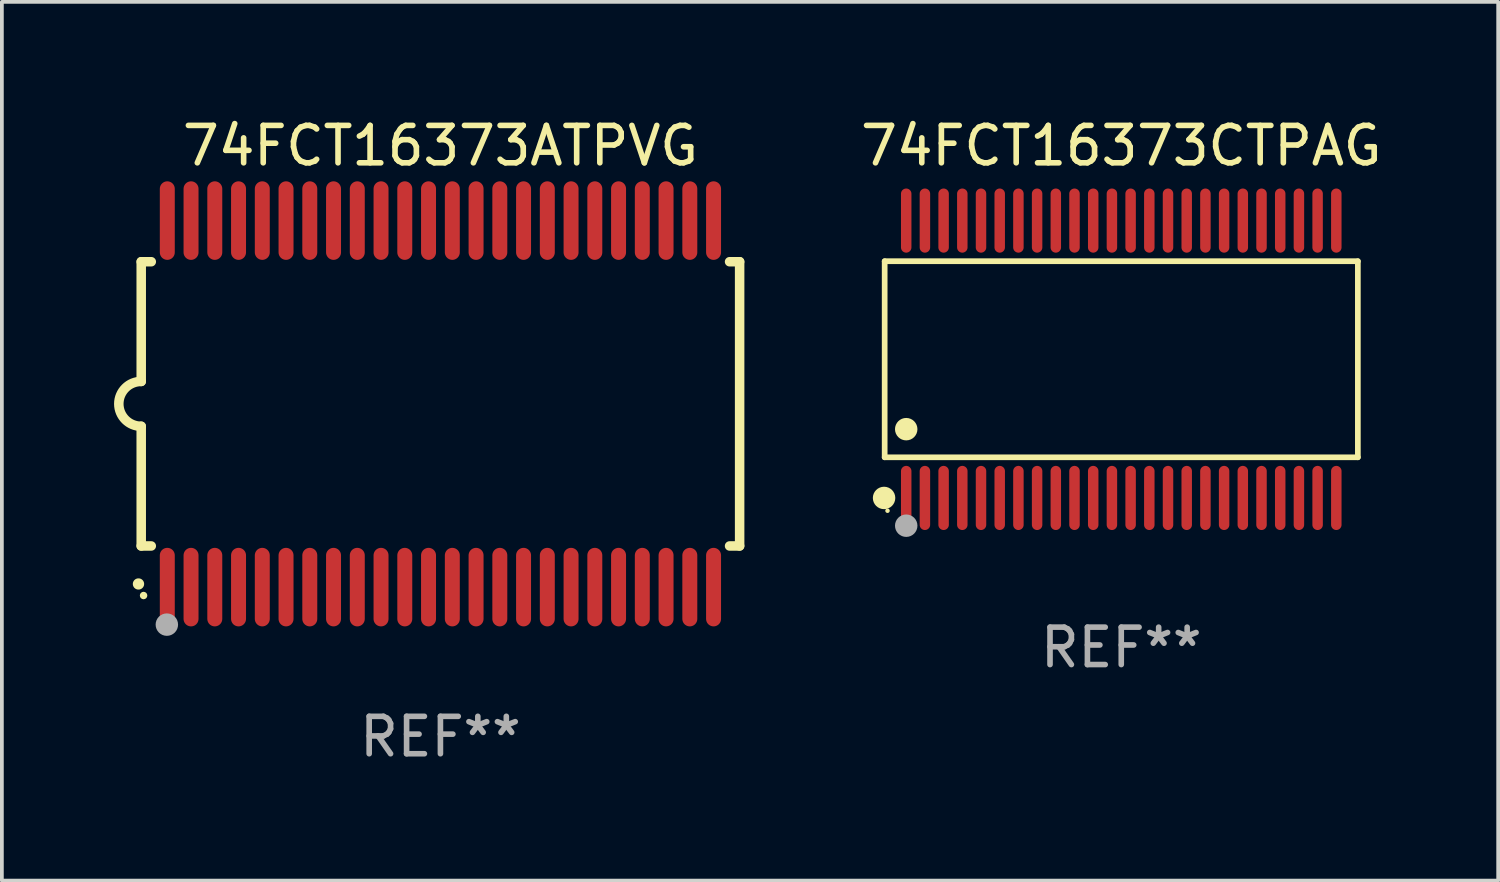
<source format=kicad_pcb>
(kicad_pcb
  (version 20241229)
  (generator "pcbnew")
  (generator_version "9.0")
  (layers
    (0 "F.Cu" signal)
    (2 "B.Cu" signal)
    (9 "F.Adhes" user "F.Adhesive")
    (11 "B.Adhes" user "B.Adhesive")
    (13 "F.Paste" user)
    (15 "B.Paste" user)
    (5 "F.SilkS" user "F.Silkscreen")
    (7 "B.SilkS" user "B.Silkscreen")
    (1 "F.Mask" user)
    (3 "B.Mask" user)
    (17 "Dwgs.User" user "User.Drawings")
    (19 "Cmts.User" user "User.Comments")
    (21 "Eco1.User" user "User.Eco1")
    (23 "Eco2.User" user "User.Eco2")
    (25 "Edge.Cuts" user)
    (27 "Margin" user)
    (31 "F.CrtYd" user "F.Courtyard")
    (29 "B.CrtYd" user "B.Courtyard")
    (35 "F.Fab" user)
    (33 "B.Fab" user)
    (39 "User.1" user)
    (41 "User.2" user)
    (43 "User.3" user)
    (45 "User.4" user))
  (footprint "74FCT16373ATPVG"
    (layer "F.Cu")
    (at 8.726 7.748)
    (property "Reference" "74FCT16373ATPVG" (at 0 -6.9 0) (layer "F.SilkS") (effects (font (size 1 1) (thickness 0.15))))
    (attr through_hole)
    (fp_line (start -8 -3.8) (end -8 -0.599) (stroke (width 0.254) (type solid)) (layer "F.SilkS"))
    (fp_line (start -8 -3.8) (end -7.731 -3.8) (stroke (width 0.254) (type solid)) (layer "F.SilkS"))
    (fp_line (start -8 3.8) (end -8 0.599) (stroke (width 0.254) (type solid)) (layer "F.SilkS"))
    (fp_line (start -7.731 3.8) (end -8 3.8) (stroke (width 0.254) (type solid)) (layer "F.SilkS"))
    (fp_line (start 7.731 -3.8) (end 8 -3.8) (stroke (width 0.254) (type solid)) (layer "F.SilkS"))
    (fp_line (start 8 -3.8) (end 8 3.8) (stroke (width 0.254) (type solid)) (layer "F.SilkS"))
    (fp_line (start 8 3.8) (end 7.731 3.8) (stroke (width 0.254) (type solid)) (layer "F.SilkS"))
    (fp_arc (start -8.074676 4.81585) (mid -8.073406 4.815845) (end -8.072136 4.81585) (stroke (width 0.3) (type solid)) (layer "F.SilkS"))
    (fp_arc (start -8.000025 0.6) (mid -8.598908 0.00056) (end -8.000027 -0.598882) (stroke (width 0.254001) (type solid)) (layer "F.SilkS"))
    (fp_circle (center -7.937 5.125) (end -7.887 5.125) (stroke (width 0.1) (type solid)) (fill no) (layer "F.SilkS"))
    (fp_circle (center -7.315 5.903) (end -7.165 5.903) (stroke (width 0.3) (type solid)) (fill no) (layer "F.Fab"))
    (fp_text user "REF**" (at 0 8.9 0) (layer "F.Fab") (effects (font (size 1 1) (thickness 0.15))))
    (pad "1" smd oval (at -7.303 4.9) (size 0.4 2.1) (layers "F.Cu" "F.Mask" "F.Paste"))
    (pad "2" smd oval (at -6.668 4.9) (size 0.4 2.1) (layers "F.Cu" "F.Mask" "F.Paste"))
    (pad "3" smd oval (at -6.033 4.9) (size 0.4 2.1) (layers "F.Cu" "F.Mask" "F.Paste"))
    (pad "4" smd oval (at -5.398 4.9) (size 0.4 2.1) (layers "F.Cu" "F.Mask" "F.Paste"))
    (pad "5" smd oval (at -4.763 4.9) (size 0.4 2.1) (layers "F.Cu" "F.Mask" "F.Paste"))
    (pad "6" smd oval (at -4.128 4.9) (size 0.4 2.1) (layers "F.Cu" "F.Mask" "F.Paste"))
    (pad "7" smd oval (at -3.493 4.9) (size 0.4 2.1) (layers "F.Cu" "F.Mask" "F.Paste"))
    (pad "8" smd oval (at -2.858 4.9) (size 0.4 2.1) (layers "F.Cu" "F.Mask" "F.Paste"))
    (pad "9" smd oval (at -2.223 4.9) (size 0.4 2.1) (layers "F.Cu" "F.Mask" "F.Paste"))
    (pad "10" smd oval (at -1.588 4.9) (size 0.4 2.1) (layers "F.Cu" "F.Mask" "F.Paste"))
    (pad "11" smd oval (at -0.953 4.9) (size 0.4 2.1) (layers "F.Cu" "F.Mask" "F.Paste"))
    (pad "12" smd oval (at -0.318 4.9) (size 0.4 2.1) (layers "F.Cu" "F.Mask" "F.Paste"))
    (pad "13" smd oval (at 0.318 4.9) (size 0.4 2.1) (layers "F.Cu" "F.Mask" "F.Paste"))
    (pad "14" smd oval (at 0.953 4.9) (size 0.4 2.1) (layers "F.Cu" "F.Mask" "F.Paste"))
    (pad "15" smd oval (at 1.588 4.9) (size 0.4 2.1) (layers "F.Cu" "F.Mask" "F.Paste"))
    (pad "16" smd oval (at 2.223 4.9) (size 0.4 2.1) (layers "F.Cu" "F.Mask" "F.Paste"))
    (pad "17" smd oval (at 2.858 4.9) (size 0.4 2.1) (layers "F.Cu" "F.Mask" "F.Paste"))
    (pad "18" smd oval (at 3.493 4.9) (size 0.4 2.1) (layers "F.Cu" "F.Mask" "F.Paste"))
    (pad "19" smd oval (at 4.128 4.9) (size 0.4 2.1) (layers "F.Cu" "F.Mask" "F.Paste"))
    (pad "20" smd oval (at 4.763 4.9) (size 0.4 2.1) (layers "F.Cu" "F.Mask" "F.Paste"))
    (pad "21" smd oval (at 5.398 4.9) (size 0.4 2.1) (layers "F.Cu" "F.Mask" "F.Paste"))
    (pad "22" smd oval (at 6.033 4.9) (size 0.4 2.1) (layers "F.Cu" "F.Mask" "F.Paste"))
    (pad "23" smd oval (at 6.668 4.9) (size 0.4 2.1) (layers "F.Cu" "F.Mask" "F.Paste"))
    (pad "24" smd oval (at 7.303 4.9) (size 0.4 2.1) (layers "F.Cu" "F.Mask" "F.Paste"))
    (pad "25" smd oval (at 7.303 -4.9 180) (size 0.4 2.1) (layers "F.Cu" "F.Mask" "F.Paste"))
    (pad "26" smd oval (at 6.668 -4.9 180) (size 0.4 2.1) (layers "F.Cu" "F.Mask" "F.Paste"))
    (pad "27" smd oval (at 6.033 -4.9 180) (size 0.4 2.1) (layers "F.Cu" "F.Mask" "F.Paste"))
    (pad "28" smd oval (at 5.398 -4.9 180) (size 0.4 2.1) (layers "F.Cu" "F.Mask" "F.Paste"))
    (pad "29" smd oval (at 4.763 -4.9 180) (size 0.4 2.1) (layers "F.Cu" "F.Mask" "F.Paste"))
    (pad "30" smd oval (at 4.128 -4.9 180) (size 0.4 2.1) (layers "F.Cu" "F.Mask" "F.Paste"))
    (pad "31" smd oval (at 3.493 -4.9 180) (size 0.4 2.1) (layers "F.Cu" "F.Mask" "F.Paste"))
    (pad "32" smd oval (at 2.858 -4.9 180) (size 0.4 2.1) (layers "F.Cu" "F.Mask" "F.Paste"))
    (pad "33" smd oval (at 2.223 -4.9 180) (size 0.4 2.1) (layers "F.Cu" "F.Mask" "F.Paste"))
    (pad "34" smd oval (at 1.588 -4.9 180) (size 0.4 2.1) (layers "F.Cu" "F.Mask" "F.Paste"))
    (pad "35" smd oval (at 0.953 -4.9 180) (size 0.4 2.1) (layers "F.Cu" "F.Mask" "F.Paste"))
    (pad "36" smd oval (at 0.318 -4.9 180) (size 0.4 2.1) (layers "F.Cu" "F.Mask" "F.Paste"))
    (pad "37" smd oval (at -0.318 -4.9 180) (size 0.4 2.1) (layers "F.Cu" "F.Mask" "F.Paste"))
    (pad "38" smd oval (at -0.953 -4.9 180) (size 0.4 2.1) (layers "F.Cu" "F.Mask" "F.Paste"))
    (pad "39" smd oval (at -1.588 -4.9 180) (size 0.4 2.1) (layers "F.Cu" "F.Mask" "F.Paste"))
    (pad "40" smd oval (at -2.223 -4.9 180) (size 0.4 2.1) (layers "F.Cu" "F.Mask" "F.Paste"))
    (pad "41" smd oval (at -2.858 -4.9 180) (size 0.4 2.1) (layers "F.Cu" "F.Mask" "F.Paste"))
    (pad "42" smd oval (at -3.493 -4.9 180) (size 0.4 2.1) (layers "F.Cu" "F.Mask" "F.Paste"))
    (pad "43" smd oval (at -4.128 -4.9 180) (size 0.4 2.1) (layers "F.Cu" "F.Mask" "F.Paste"))
    (pad "44" smd oval (at -4.763 -4.9 180) (size 0.4 2.1) (layers "F.Cu" "F.Mask" "F.Paste"))
    (pad "45" smd oval (at -5.398 -4.9 180) (size 0.4 2.1) (layers "F.Cu" "F.Mask" "F.Paste"))
    (pad "46" smd oval (at -6.033 -4.9 180) (size 0.4 2.1) (layers "F.Cu" "F.Mask" "F.Paste"))
    (pad "47" smd oval (at -6.668 -4.9 180) (size 0.4 2.1) (layers "F.Cu" "F.Mask" "F.Paste"))
    (pad "48" smd oval (at -7.303 -4.9 180) (size 0.4 2.1) (layers "F.Cu" "F.Mask" "F.Paste")))
  (footprint "74FCT16373CTPAG"
    (layer "F.Cu")
    (at 26.93 6.556)
    (property "Reference" "74FCT16373CTPAG" (at 0 -5.708 0) (layer "F.SilkS") (effects (font (size 1 1) (thickness 0.15))))
    (attr through_hole)
    (fp_line (start -6.326 -2.622) (end 6.326 -2.622) (stroke (width 0.152) (type solid)) (layer "F.SilkS"))
    (fp_line (start -6.326 2.621) (end -6.326 -2.622) (stroke (width 0.152) (type solid)) (layer "F.SilkS"))
    (fp_line (start 6.326 -2.622) (end 6.326 2.621) (stroke (width 0.152) (type solid)) (layer "F.SilkS"))
    (fp_line (start 6.326 2.621) (end -6.326 2.621) (stroke (width 0.152) (type solid)) (layer "F.SilkS"))
    (fp_circle (center -6.342 3.708) (end -6.192 3.708) (stroke (width 0.3) (type solid)) (fill no) (layer "F.SilkS"))
    (fp_circle (center -6.25 4.05) (end -6.22 4.05) (stroke (width 0.06) (type solid)) (fill no) (layer "F.SilkS"))
    (fp_circle (center -5.75 1.869) (end -5.6 1.869) (stroke (width 0.3) (type solid)) (fill no) (layer "F.SilkS"))
    (fp_circle (center -5.75 4.45) (end -5.6 4.45) (stroke (width 0.3) (type solid)) (fill no) (layer "F.Fab"))
    (fp_text user "REF**" (at 0 7.708 0) (layer "F.Fab") (effects (font (size 1 1) (thickness 0.15))))
    (pad "1" smd oval (at -5.75 3.708) (size 0.28 1.715) (layers "F.Cu" "F.Mask" "F.Paste"))
    (pad "2" smd oval (at -5.25 3.708) (size 0.28 1.715) (layers "F.Cu" "F.Mask" "F.Paste"))
    (pad "3" smd oval (at -4.75 3.708) (size 0.28 1.715) (layers "F.Cu" "F.Mask" "F.Paste"))
    (pad "4" smd oval (at -4.25 3.708) (size 0.28 1.715) (layers "F.Cu" "F.Mask" "F.Paste"))
    (pad "5" smd oval (at -3.75 3.708) (size 0.28 1.715) (layers "F.Cu" "F.Mask" "F.Paste"))
    (pad "6" smd oval (at -3.25 3.708) (size 0.28 1.715) (layers "F.Cu" "F.Mask" "F.Paste"))
    (pad "7" smd oval (at -2.75 3.708) (size 0.28 1.715) (layers "F.Cu" "F.Mask" "F.Paste"))
    (pad "8" smd oval (at -2.25 3.708) (size 0.28 1.715) (layers "F.Cu" "F.Mask" "F.Paste"))
    (pad "9" smd oval (at -1.75 3.708) (size 0.28 1.715) (layers "F.Cu" "F.Mask" "F.Paste"))
    (pad "10" smd oval (at -1.25 3.708) (size 0.28 1.715) (layers "F.Cu" "F.Mask" "F.Paste"))
    (pad "11" smd oval (at -0.75 3.708) (size 0.28 1.715) (layers "F.Cu" "F.Mask" "F.Paste"))
    (pad "12" smd oval (at -0.25 3.708) (size 0.28 1.715) (layers "F.Cu" "F.Mask" "F.Paste"))
    (pad "13" smd oval (at 0.25 3.708) (size 0.28 1.715) (layers "F.Cu" "F.Mask" "F.Paste"))
    (pad "14" smd oval (at 0.75 3.708) (size 0.28 1.715) (layers "F.Cu" "F.Mask" "F.Paste"))
    (pad "15" smd oval (at 1.25 3.708) (size 0.28 1.715) (layers "F.Cu" "F.Mask" "F.Paste"))
    (pad "16" smd oval (at 1.75 3.708) (size 0.28 1.715) (layers "F.Cu" "F.Mask" "F.Paste"))
    (pad "17" smd oval (at 2.25 3.708) (size 0.28 1.715) (layers "F.Cu" "F.Mask" "F.Paste"))
    (pad "18" smd oval (at 2.75 3.708) (size 0.28 1.715) (layers "F.Cu" "F.Mask" "F.Paste"))
    (pad "19" smd oval (at 3.25 3.708) (size 0.28 1.715) (layers "F.Cu" "F.Mask" "F.Paste"))
    (pad "20" smd oval (at 3.75 3.708) (size 0.28 1.715) (layers "F.Cu" "F.Mask" "F.Paste"))
    (pad "21" smd oval (at 4.25 3.708) (size 0.28 1.715) (layers "F.Cu" "F.Mask" "F.Paste"))
    (pad "22" smd oval (at 4.75 3.708) (size 0.28 1.715) (layers "F.Cu" "F.Mask" "F.Paste"))
    (pad "23" smd oval (at 5.25 3.708) (size 0.28 1.715) (layers "F.Cu" "F.Mask" "F.Paste"))
    (pad "24" smd oval (at 5.75 3.708) (size 0.28 1.715) (layers "F.Cu" "F.Mask" "F.Paste"))
    (pad "25" smd oval (at 5.75 -3.708) (size 0.28 1.715) (layers "F.Cu" "F.Mask" "F.Paste"))
    (pad "26" smd oval (at 5.25 -3.708) (size 0.28 1.715) (layers "F.Cu" "F.Mask" "F.Paste"))
    (pad "27" smd oval (at 4.75 -3.708) (size 0.28 1.715) (layers "F.Cu" "F.Mask" "F.Paste"))
    (pad "28" smd oval (at 4.25 -3.708) (size 0.28 1.715) (layers "F.Cu" "F.Mask" "F.Paste"))
    (pad "29" smd oval (at 3.75 -3.708) (size 0.28 1.715) (layers "F.Cu" "F.Mask" "F.Paste"))
    (pad "30" smd oval (at 3.25 -3.708) (size 0.28 1.715) (layers "F.Cu" "F.Mask" "F.Paste"))
    (pad "31" smd oval (at 2.75 -3.708) (size 0.28 1.715) (layers "F.Cu" "F.Mask" "F.Paste"))
    (pad "32" smd oval (at 2.25 -3.708) (size 0.28 1.715) (layers "F.Cu" "F.Mask" "F.Paste"))
    (pad "33" smd oval (at 1.75 -3.708) (size 0.28 1.715) (layers "F.Cu" "F.Mask" "F.Paste"))
    (pad "34" smd oval (at 1.25 -3.708) (size 0.28 1.715) (layers "F.Cu" "F.Mask" "F.Paste"))
    (pad "35" smd oval (at 0.75 -3.708) (size 0.28 1.715) (layers "F.Cu" "F.Mask" "F.Paste"))
    (pad "36" smd oval (at 0.25 -3.708) (size 0.28 1.715) (layers "F.Cu" "F.Mask" "F.Paste"))
    (pad "37" smd oval (at -0.25 -3.708) (size 0.28 1.715) (layers "F.Cu" "F.Mask" "F.Paste"))
    (pad "38" smd oval (at -0.75 -3.708) (size 0.28 1.715) (layers "F.Cu" "F.Mask" "F.Paste"))
    (pad "39" smd oval (at -1.25 -3.708) (size 0.28 1.715) (layers "F.Cu" "F.Mask" "F.Paste"))
    (pad "40" smd oval (at -1.75 -3.708) (size 0.28 1.715) (layers "F.Cu" "F.Mask" "F.Paste"))
    (pad "41" smd oval (at -2.25 -3.708) (size 0.28 1.715) (layers "F.Cu" "F.Mask" "F.Paste"))
    (pad "42" smd oval (at -2.75 -3.708) (size 0.28 1.715) (layers "F.Cu" "F.Mask" "F.Paste"))
    (pad "43" smd oval (at -3.25 -3.708) (size 0.28 1.715) (layers "F.Cu" "F.Mask" "F.Paste"))
    (pad "44" smd oval (at -3.75 -3.708) (size 0.28 1.715) (layers "F.Cu" "F.Mask" "F.Paste"))
    (pad "45" smd oval (at -4.25 -3.708) (size 0.28 1.715) (layers "F.Cu" "F.Mask" "F.Paste"))
    (pad "46" smd oval (at -4.75 -3.708) (size 0.28 1.715) (layers "F.Cu" "F.Mask" "F.Paste"))
    (pad "47" smd oval (at -5.25 -3.708) (size 0.28 1.715) (layers "F.Cu" "F.Mask" "F.Paste"))
    (pad "48" smd oval (at -5.75 -3.708) (size 0.28 1.715) (layers "F.Cu" "F.Mask" "F.Paste")))
  (gr_rect
    (start -3 -3)
    (end 37.008 20.496)
    (stroke (width 0.1) (type default))
    (fill no)
    (layer "Edge.Cuts")))
</source>
